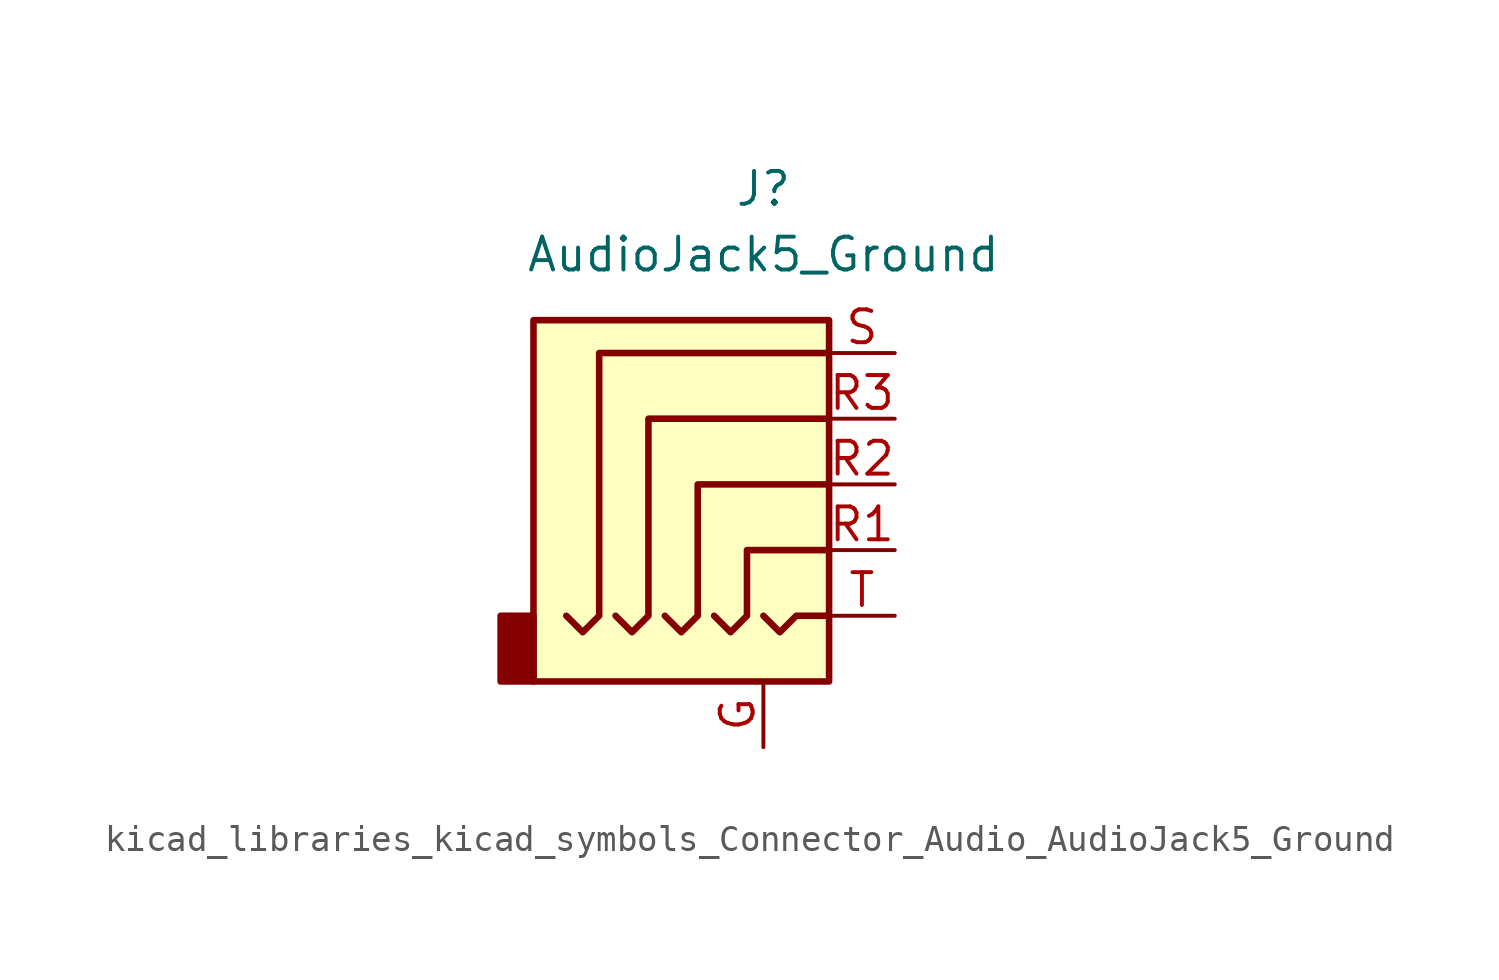
<source format=kicad_sym>
(kicad_symbol_lib
  (version 20220914)
  (generator kicad_symbol_editor)
  (symbol "kicad_libraries_kicad_symbols_Connector_Audio_AudioJack5_Ground"
    (property "Reference" "J"
      (at 0 11.43 0)
      (effects (font (size 1.27 1.27))))
    (property "Value" "AudioJack5_Ground"
      (at 0 8.89 0)
      (effects (font (size 1.27 1.27))))
    (symbol "kicad_libraries_kicad_symbols_Connector_Audio_AudioJack5_Ground_0_1"
      (rectangle (start -8.89 -5.08) (end -10.16 -7.62) (stroke (width 0.254) (type default)) (fill (type outline)))
      (polyline (pts (xy 0 -5.08) (xy 0.635 -5.715) (xy 1.27 -5.08) (xy 2.54 -5.08)) (stroke (width 0.254) (type default)) (fill (type none)))
      (polyline (pts (xy -5.715 -5.08) (xy -5.08 -5.715) (xy -4.445 -5.08) (xy -4.445 2.54) (xy 2.54 2.54)) (stroke (width 0.254) (type default)) (fill (type none)))
      (polyline (pts (xy -1.905 -5.08) (xy -1.27 -5.715) (xy -0.635 -5.08) (xy -0.635 -2.54) (xy 2.54 -2.54)) (stroke (width 0.254) (type default)) (fill (type none)))
      (polyline (pts (xy 2.54 0) (xy -2.54 0) (xy -2.54 -5.08) (xy -3.175 -5.715) (xy -3.81 -5.08)) (stroke (width 0.254) (type default)) (fill (type none)))
      (polyline (pts (xy 2.54 5.08) (xy -6.35 5.08) (xy -6.35 -5.08) (xy -6.985 -5.715) (xy -7.62 -5.08)) (stroke (width 0.254) (type default)) (fill (type none)))
      (rectangle (start 2.54 6.35) (end -8.89 -7.62) (stroke (width 0.254) (type default)) (fill (type background))))
    (symbol "kicad_libraries_kicad_symbols_Connector_Audio_AudioJack5_Ground_1_1"
      (pin passive line (at 0 -10.16 90) (length 2.54) (name "~" (effects (font (size 1.27 1.27)))) (number "G" (effects (font (size 1.27 1.27)))))
      (pin passive line (at 5.08 -2.54 180) (length 2.54) (name "~" (effects (font (size 1.27 1.27)))) (number "R1" (effects (font (size 1.27 1.27)))))
      (pin passive line (at 5.08 0 180) (length 2.54) (name "~" (effects (font (size 1.27 1.27)))) (number "R2" (effects (font (size 1.27 1.27)))))
      (pin passive line (at 5.08 2.54 180) (length 2.54) (name "~" (effects (font (size 1.27 1.27)))) (number "R3" (effects (font (size 1.27 1.27)))))
      (pin passive line (at 5.08 5.08 180) (length 2.54) (name "~" (effects (font (size 1.27 1.27)))) (number "S" (effects (font (size 1.27 1.27)))))
      (pin passive line (at 5.08 -5.08 180) (length 2.54) (name "~" (effects (font (size 1.27 1.27)))) (number "T" (effects (font (size 1.27 1.27))))))))
</source>
